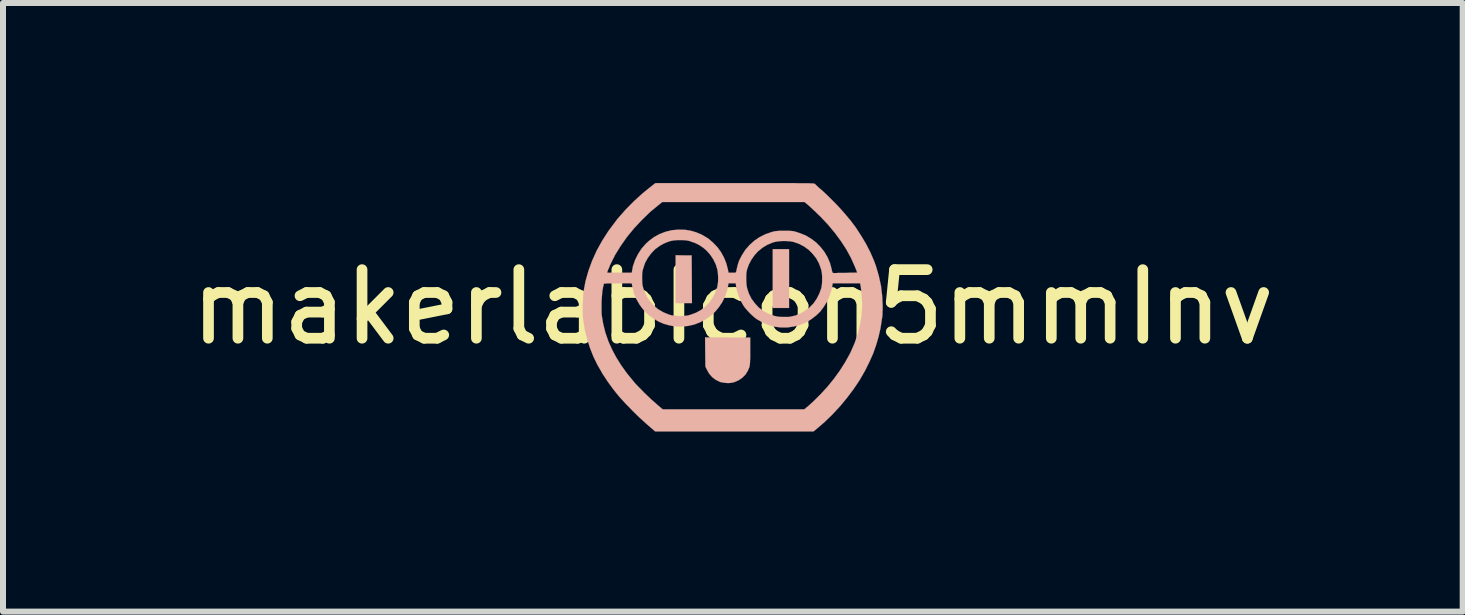
<source format=kicad_pcb>
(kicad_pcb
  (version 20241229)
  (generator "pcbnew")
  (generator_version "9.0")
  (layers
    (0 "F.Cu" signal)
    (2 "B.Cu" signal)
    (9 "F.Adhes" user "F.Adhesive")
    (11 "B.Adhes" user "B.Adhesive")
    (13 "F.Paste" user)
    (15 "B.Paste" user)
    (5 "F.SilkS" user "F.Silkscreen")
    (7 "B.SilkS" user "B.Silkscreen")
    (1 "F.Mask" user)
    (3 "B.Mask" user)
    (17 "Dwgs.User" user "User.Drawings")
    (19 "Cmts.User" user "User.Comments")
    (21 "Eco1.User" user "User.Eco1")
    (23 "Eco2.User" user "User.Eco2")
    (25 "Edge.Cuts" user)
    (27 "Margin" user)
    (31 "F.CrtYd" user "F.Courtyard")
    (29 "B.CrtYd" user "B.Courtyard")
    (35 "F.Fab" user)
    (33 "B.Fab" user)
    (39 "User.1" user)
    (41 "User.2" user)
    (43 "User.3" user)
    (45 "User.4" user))
  (footprint "makerlabIcon5mmInv"
    (layer "F.Cu")
    (at 9.16 2.066)
    (property "Reference" "makerlabIcon5mmInv" (at 0 0 0) (layer "F.SilkS") (effects (font (size 1.143 1.143) (thickness 0.178))))
    (attr through_hole)
    (fp_poly (pts (xy -0.953 -0.066) (xy -0.815 -0.066) (xy -0.681 -0.066) (xy -0.683 -0.462) (xy -0.686 -0.861) (xy -0.818 -0.861) (xy -0.953 -0.864) (xy -0.953 -0.465) (xy -0.953 -0.066)) (stroke (width 0.003) (type solid)) (fill yes) (layer "B.SilkS"))
    (fp_poly (pts (xy 0.665 0.015) (xy 0.803 0.015) (xy 0.937 0.015) (xy 0.937 -0.475) (xy 0.937 -0.965) (xy 0.803 -0.965) (xy 0.665 -0.965) (xy 0.665 -0.475) (xy 0.665 0.015)) (stroke (width 0.003) (type solid)) (fill yes) (layer "B.SilkS"))
    (fp_poly (pts (xy -0.462 0.505) (xy -0.46 0.749) (xy -0.457 0.991) (xy -0.429 1.049) (xy -0.394 1.11) (xy -0.345 1.166) (xy -0.29 1.209) (xy -0.226 1.242) (xy -0.198 1.252) (xy -0.14 1.262) (xy -0.079 1.267) (xy -0.02 1.262) (xy 0.028 1.25) (xy 0.099 1.219) (xy 0.16 1.176) (xy 0.211 1.125) (xy 0.249 1.064) (xy 0.277 0.998) (xy 0.279 0.986) (xy 0.282 0.968) (xy 0.284 0.95) (xy 0.287 0.925) (xy 0.287 0.894) (xy 0.29 0.853) (xy 0.29 0.803) (xy 0.29 0.739) (xy 0.29 0.732) (xy 0.29 0.508) (xy -0.086 0.508) (xy -0.462 0.505)) (stroke (width 0.003) (type solid)) (fill yes) (layer "B.SilkS"))
    (fp_poly (pts (xy -2.499 0.041) (xy -2.499 0.104) (xy -2.497 0.163) (xy -2.492 0.211) (xy -2.489 0.231) (xy -2.464 0.386) (xy -2.426 0.536) (xy -2.38 0.681) (xy -2.324 0.823) (xy -2.256 0.963) (xy -2.187 1.082) (xy -2.187 0.043) (xy -2.187 -0.025) (xy -2.187 -0.094) (xy -2.182 -0.163) (xy -2.177 -0.226) (xy -2.172 -0.279) (xy -2.167 -0.3) (xy -2.162 -0.333) (xy -2.154 -0.361) (xy -2.151 -0.381) (xy -2.149 -0.389) (xy -2.141 -0.391) (xy -2.121 -0.391) (xy -2.095 -0.394) (xy -2.095 -0.572) (xy -2.09 -0.587) (xy -2.08 -0.617) (xy -2.062 -0.655) (xy -2.045 -0.701) (xy -2.022 -0.747) (xy -1.999 -0.795) (xy -1.976 -0.838) (xy -1.966 -0.861) (xy -1.872 -1.013) (xy -1.765 -1.166) (xy -1.646 -1.311) (xy -1.516 -1.45) (xy -1.377 -1.585) (xy -1.245 -1.694) (xy -1.176 -1.75) (xy 0.01 -1.75) (xy 1.194 -1.75) (xy 1.27 -1.687) (xy 1.298 -1.661) (xy 1.333 -1.628) (xy 1.374 -1.59) (xy 1.415 -1.549) (xy 1.455 -1.511) (xy 1.458 -1.509) (xy 1.587 -1.372) (xy 1.702 -1.234) (xy 1.803 -1.097) (xy 1.892 -0.96) (xy 1.968 -0.82) (xy 2.032 -0.678) (xy 2.037 -0.665) (xy 2.05 -0.632) (xy 2.062 -0.605) (xy 2.068 -0.584) (xy 2.073 -0.577) (xy 2.073 -0.574) (xy 2.065 -0.574) (xy 2.045 -0.574) (xy 2.017 -0.572) (xy 1.979 -0.572) (xy 1.935 -0.572) (xy 1.89 -0.569) (xy 1.841 -0.569) (xy 1.796 -0.569) (xy 1.755 -0.569) (xy 1.717 -0.566) (xy 1.689 -0.566) (xy 1.669 -0.569) (xy 1.666 -0.569) (xy 1.661 -0.574) (xy 1.656 -0.592) (xy 1.648 -0.62) (xy 1.646 -0.635) (xy 1.618 -0.737) (xy 1.577 -0.833) (xy 1.524 -0.922) (xy 1.46 -1.003) (xy 1.387 -1.077) (xy 1.303 -1.14) (xy 1.212 -1.194) (xy 1.11 -1.234) (xy 1.054 -1.252) (xy 1.029 -1.26) (xy 1.006 -1.265) (xy 0.98 -1.267) (xy 0.95 -1.27) (xy 0.914 -1.27) (xy 0.864 -1.27) (xy 0.856 -1.27) (xy 0.808 -1.27) (xy 0.77 -1.27) (xy 0.739 -1.267) (xy 0.716 -1.265) (xy 0.693 -1.262) (xy 0.668 -1.255) (xy 0.648 -1.25) (xy 0.544 -1.214) (xy 0.447 -1.166) (xy 0.358 -1.105) (xy 0.279 -1.034) (xy 0.208 -0.953) (xy 0.15 -0.861) (xy 0.13 -0.823) (xy 0.109 -0.782) (xy 0.094 -0.742) (xy 0.081 -0.699) (xy 0.069 -0.65) (xy 0.056 -0.589) (xy 0.053 -0.587) (xy 0.051 -0.579) (xy 0.046 -0.574) (xy 0.033 -0.572) (xy 0.013 -0.572) (xy -0.01 -0.572) (xy -0.071 -0.572) (xy -0.081 -0.62) (xy -0.107 -0.724) (xy -0.145 -0.82) (xy -0.196 -0.914) (xy -0.257 -0.998) (xy -0.33 -1.074) (xy -0.411 -1.143) (xy -0.5 -1.196) (xy -0.523 -1.209) (xy -0.615 -1.247) (xy -0.706 -1.273) (xy -0.8 -1.288) (xy -0.909 -1.29) (xy -1.016 -1.28) (xy -1.12 -1.255) (xy -1.219 -1.217) (xy -1.313 -1.166) (xy -1.4 -1.1) (xy -1.45 -1.054) (xy -1.521 -0.973) (xy -1.58 -0.881) (xy -1.628 -0.785) (xy -1.664 -0.681) (xy -1.679 -0.599) (xy -1.684 -0.572) (xy -1.89 -0.572) (xy -2.095 -0.572) (xy -2.095 -0.394) (xy -2.09 -0.394) (xy -2.052 -0.394) (xy -2.007 -0.394) (xy -1.958 -0.394) (xy -1.908 -0.396) (xy -1.857 -0.396) (xy -1.811 -0.396) (xy -1.768 -0.396) (xy -1.732 -0.396) (xy -1.704 -0.394) (xy -1.687 -0.394) (xy -1.684 -0.394) (xy -1.681 -0.384) (xy -1.679 -0.366) (xy -1.674 -0.34) (xy -1.671 -0.33) (xy -1.646 -0.226) (xy -1.605 -0.13) (xy -1.552 -0.038) (xy -1.511 0.018) (xy -1.511 -0.465) (xy -1.511 -0.48) (xy -1.511 -0.526) (xy -1.509 -0.564) (xy -1.506 -0.594) (xy -1.499 -0.622) (xy -1.494 -0.64) (xy -1.463 -0.734) (xy -1.417 -0.818) (xy -1.361 -0.894) (xy -1.295 -0.963) (xy -1.219 -1.019) (xy -1.148 -1.059) (xy -1.092 -1.082) (xy -1.039 -1.1) (xy -0.986 -1.11) (xy -0.927 -1.115) (xy -0.874 -1.115) (xy -0.831 -1.115) (xy -0.798 -1.113) (xy -0.77 -1.11) (xy -0.744 -1.105) (xy -0.719 -1.1) (xy -0.709 -1.095) (xy -0.627 -1.067) (xy -0.556 -1.031) (xy -0.49 -0.986) (xy -0.439 -0.942) (xy -0.378 -0.874) (xy -0.325 -0.795) (xy -0.284 -0.711) (xy -0.259 -0.63) (xy -0.251 -0.584) (xy -0.246 -0.531) (xy -0.244 -0.472) (xy -0.246 -0.417) (xy -0.254 -0.363) (xy -0.259 -0.333) (xy -0.292 -0.239) (xy -0.335 -0.155) (xy -0.391 -0.076) (xy -0.455 -0.01) (xy -0.528 0.048) (xy -0.612 0.094) (xy -0.701 0.127) (xy -0.747 0.14) (xy -0.798 0.147) (xy -0.856 0.15) (xy -0.917 0.15) (xy -0.975 0.145) (xy -1.026 0.137) (xy -1.031 0.135) (xy -1.059 0.127) (xy -1.092 0.114) (xy -1.13 0.099) (xy -1.163 0.084) (xy -1.245 0.036) (xy -1.318 -0.025) (xy -1.379 -0.094) (xy -1.433 -0.173) (xy -1.473 -0.262) (xy -1.491 -0.312) (xy -1.499 -0.34) (xy -1.504 -0.366) (xy -1.509 -0.394) (xy -1.509 -0.424) (xy -1.511 -0.465) (xy -1.511 0.018) (xy -1.488 0.046) (xy -1.415 0.122) (xy -1.331 0.185) (xy -1.242 0.239) (xy -1.156 0.277) (xy -1.069 0.302) (xy -0.98 0.32) (xy -0.955 0.323) (xy -0.851 0.325) (xy -0.747 0.315) (xy -0.645 0.292) (xy -0.546 0.254) (xy -0.455 0.206) (xy -0.368 0.145) (xy -0.292 0.074) (xy -0.236 0.008) (xy -0.175 -0.084) (xy -0.127 -0.183) (xy -0.094 -0.284) (xy -0.084 -0.333) (xy -0.071 -0.396) (xy -0.01 -0.396) (xy 0.048 -0.396) (xy 0.056 -0.338) (xy 0.074 -0.257) (xy 0.104 -0.17) (xy 0.142 -0.086) (xy 0.183 -0.015) (xy 0.208 0.018) (xy 0.224 0.036) (xy 0.224 -0.457) (xy 0.224 -0.516) (xy 0.226 -0.569) (xy 0.234 -0.612) (xy 0.236 -0.622) (xy 0.267 -0.709) (xy 0.31 -0.79) (xy 0.363 -0.866) (xy 0.419 -0.927) (xy 0.493 -0.988) (xy 0.572 -1.036) (xy 0.658 -1.072) (xy 0.699 -1.085) (xy 0.757 -1.095) (xy 0.823 -1.1) (xy 0.892 -1.1) (xy 0.958 -1.095) (xy 1.011 -1.085) (xy 1.102 -1.054) (xy 1.189 -1.008) (xy 1.265 -0.953) (xy 1.331 -0.886) (xy 1.389 -0.813) (xy 1.435 -0.729) (xy 1.468 -0.638) (xy 1.473 -0.622) (xy 1.483 -0.574) (xy 1.488 -0.516) (xy 1.488 -0.452) (xy 1.486 -0.391) (xy 1.478 -0.335) (xy 1.473 -0.312) (xy 1.44 -0.221) (xy 1.397 -0.137) (xy 1.344 -0.061) (xy 1.28 0.005) (xy 1.206 0.061) (xy 1.128 0.107) (xy 1.041 0.142) (xy 1.036 0.142) (xy 0.996 0.152) (xy 0.96 0.16) (xy 0.925 0.165) (xy 0.884 0.165) (xy 0.836 0.165) (xy 0.787 0.163) (xy 0.749 0.16) (xy 0.716 0.152) (xy 0.681 0.145) (xy 0.678 0.142) (xy 0.587 0.109) (xy 0.505 0.064) (xy 0.429 0.005) (xy 0.366 -0.064) (xy 0.31 -0.14) (xy 0.267 -0.226) (xy 0.241 -0.305) (xy 0.231 -0.348) (xy 0.226 -0.399) (xy 0.224 -0.457) (xy 0.224 0.036) (xy 0.241 0.056) (xy 0.279 0.097) (xy 0.32 0.137) (xy 0.358 0.17) (xy 0.394 0.198) (xy 0.401 0.203) (xy 0.5 0.259) (xy 0.599 0.3) (xy 0.701 0.328) (xy 0.805 0.34) (xy 0.909 0.34) (xy 1.011 0.325) (xy 1.113 0.3) (xy 1.212 0.259) (xy 1.303 0.206) (xy 1.389 0.14) (xy 1.458 0.074) (xy 1.516 -0.005) (xy 1.57 -0.091) (xy 1.61 -0.183) (xy 1.641 -0.277) (xy 1.659 -0.361) (xy 1.664 -0.396) (xy 1.892 -0.396) (xy 2.121 -0.396) (xy 2.134 -0.325) (xy 2.151 -0.17) (xy 2.156 -0.015) (xy 2.146 0.137) (xy 2.121 0.292) (xy 2.083 0.447) (xy 2.029 0.602) (xy 1.961 0.757) (xy 1.948 0.782) (xy 1.872 0.919) (xy 1.783 1.059) (xy 1.684 1.196) (xy 1.577 1.328) (xy 1.46 1.455) (xy 1.339 1.575) (xy 1.252 1.654) (xy 1.189 1.704) (xy 0.01 1.704) (xy -1.168 1.704) (xy -1.255 1.631) (xy -1.303 1.587) (xy -1.359 1.539) (xy -1.417 1.483) (xy -1.476 1.427) (xy -1.532 1.369) (xy -1.585 1.316) (xy -1.631 1.267) (xy -1.651 1.242) (xy -1.76 1.11) (xy -1.857 0.975) (xy -1.941 0.841) (xy -2.009 0.714) (xy -2.073 0.572) (xy -2.123 0.427) (xy -2.159 0.284) (xy -2.182 0.152) (xy -2.187 0.102) (xy -2.187 0.043) (xy -2.187 1.082) (xy -2.177 1.102) (xy -2.085 1.242) (xy -1.981 1.384) (xy -1.905 1.478) (xy -1.872 1.516) (xy -1.829 1.562) (xy -1.781 1.615) (xy -1.725 1.671) (xy -1.669 1.73) (xy -1.61 1.788) (xy -1.552 1.844) (xy -1.496 1.895) (xy -1.445 1.941) (xy -1.402 1.979) (xy -1.293 2.073) (xy 0.025 2.073) (xy 1.344 2.073) (xy 1.394 2.032) (xy 1.527 1.918) (xy 1.656 1.793) (xy 1.781 1.659) (xy 1.9 1.516) (xy 2.012 1.367) (xy 2.113 1.217) (xy 2.202 1.062) (xy 2.278 0.909) (xy 2.339 0.772) (xy 2.388 0.632) (xy 2.428 0.495) (xy 2.459 0.361) (xy 2.474 0.267) (xy 2.479 0.231) (xy 2.484 0.198) (xy 2.489 0.173) (xy 2.489 0.165) (xy 2.492 0.147) (xy 2.494 0.117) (xy 2.494 0.079) (xy 2.497 0.036) (xy 2.497 -0.013) (xy 2.489 -0.183) (xy 2.469 -0.351) (xy 2.433 -0.518) (xy 2.385 -0.683) (xy 2.352 -0.772) (xy 2.294 -0.907) (xy 2.223 -1.046) (xy 2.141 -1.184) (xy 2.052 -1.321) (xy 1.956 -1.45) (xy 1.943 -1.463) (xy 1.882 -1.537) (xy 1.814 -1.615) (xy 1.737 -1.699) (xy 1.656 -1.781) (xy 1.577 -1.859) (xy 1.499 -1.933) (xy 1.458 -1.968) (xy 1.427 -1.994) (xy 1.402 -2.019) (xy 1.382 -2.037) (xy 1.369 -2.05) (xy 1.367 -2.05) (xy 1.367 -2.052) (xy 1.364 -2.055) (xy 1.359 -2.055) (xy 1.354 -2.057) (xy 1.344 -2.057) (xy 1.331 -2.06) (xy 1.316 -2.06) (xy 1.293 -2.06) (xy 1.267 -2.062) (xy 1.234 -2.062) (xy 1.196 -2.062) (xy 1.151 -2.062) (xy 1.095 -2.062) (xy 1.034 -2.065) (xy 0.963 -2.065) (xy 0.881 -2.065) (xy 0.787 -2.065) (xy 0.686 -2.065) (xy 0.572 -2.065) (xy 0.445 -2.065) (xy 0.305 -2.065) (xy 0.152 -2.065) (xy 0.033 -2.065) (xy -1.29 -2.065) (xy -1.349 -2.019) (xy -1.501 -1.897) (xy -1.648 -1.763) (xy -1.788 -1.621) (xy -1.92 -1.471) (xy -2.037 -1.316) (xy -2.073 -1.267) (xy -2.177 -1.105) (xy -2.268 -0.94) (xy -2.344 -0.772) (xy -2.405 -0.605) (xy -2.454 -0.432) (xy -2.487 -0.259) (xy -2.487 -0.251) (xy -2.492 -0.208) (xy -2.494 -0.152) (xy -2.497 -0.091) (xy -2.499 -0.025) (xy -2.499 0.041)) (stroke (width 0.003) (type solid)) (fill yes) (layer "B.SilkS")))
  (gr_rect
    (start -3 -3)
    (end 21.321 7.14)
    (stroke (width 0.1) (type default))
    (fill no)
    (layer "Edge.Cuts")))
</source>
